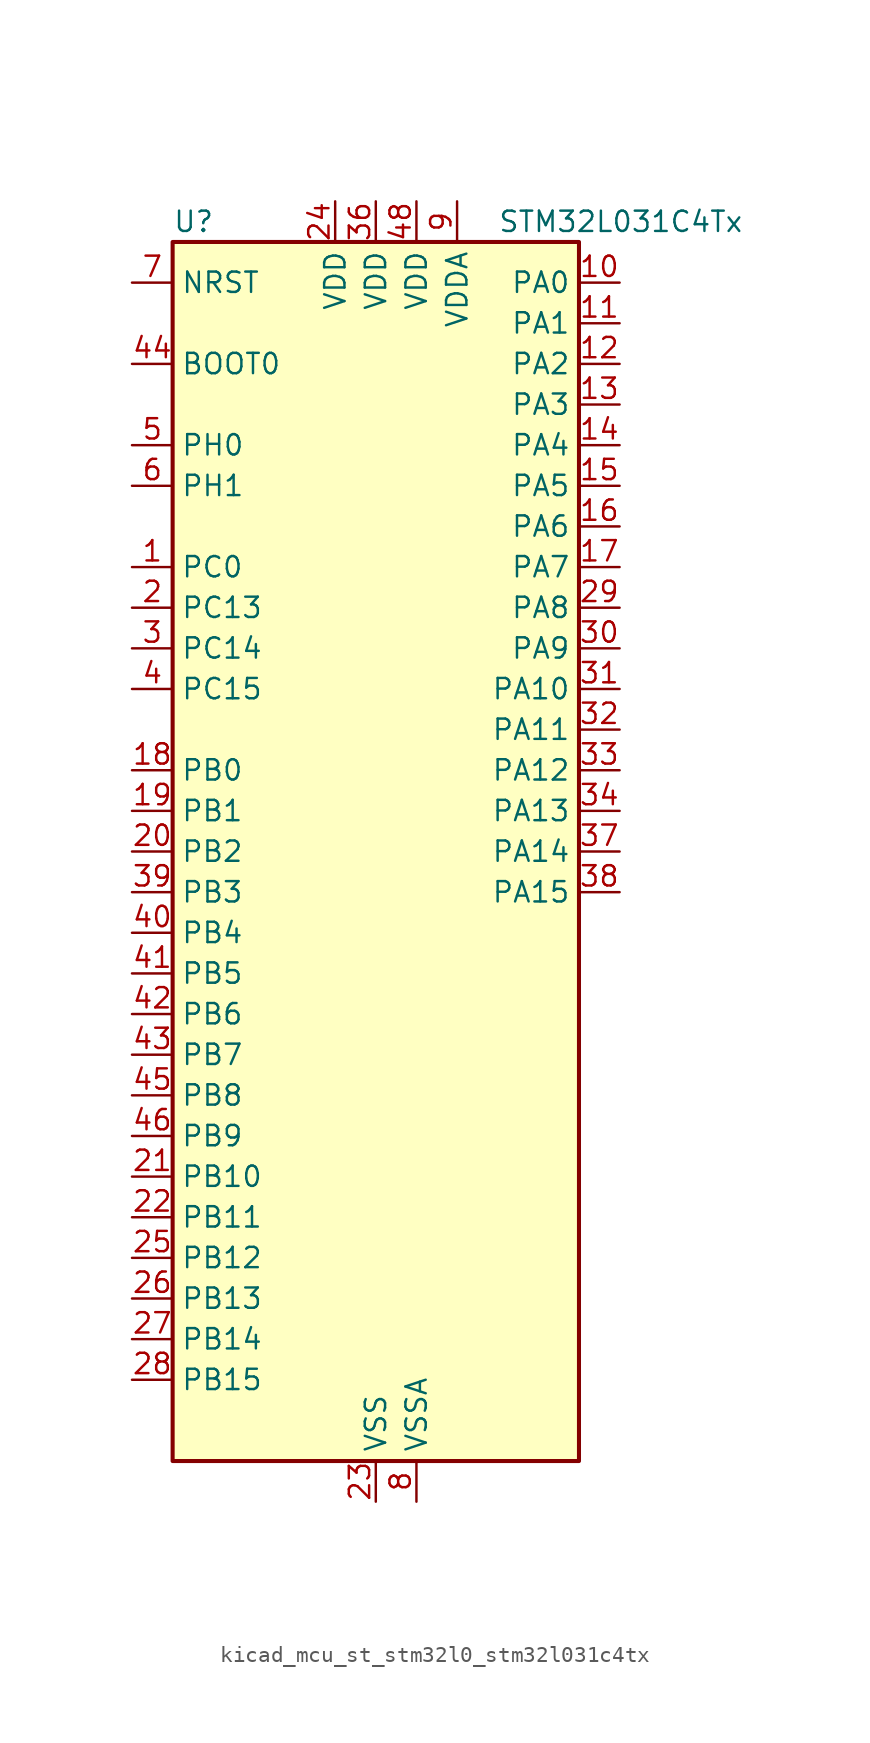
<source format=kicad_sym>
(kicad_symbol_lib
  (version 20220914)
  (generator kicad_symbol_editor)
  (symbol "kicad_mcu_st_stm32l0_stm32l031c4tx"
    (property "Reference" "U"
      (at -12.7 39.37 0)
      (effects (font (size 1.27 1.27)) (justify left)))
    (property "Value" "STM32L031C4Tx"
      (at 7.62 39.37 0)
      (effects (font (size 1.27 1.27)) (justify left)))
    (property "ki_locked" ""
      (at 0 0 0)
      (effects (font (size 1.27 1.27))))
    (symbol "kicad_mcu_st_stm32l0_stm32l031c4tx_0_1"
      (rectangle (start -12.7 -38.1) (end 12.7 38.1) (stroke (width 0.254) (type default)) (fill (type background))))
    (symbol "kicad_mcu_st_stm32l0_stm32l031c4tx_1_1"
      (pin bidirectional line (at -15.24 17.78 0) (length 2.54) (name "PC0" (effects (font (size 1.27 1.27)))) (number "1" (effects (font (size 1.27 1.27)))) (alternate "LPTIM1_IN1" bidirectional line) (alternate "LPUART1_RX" bidirectional line))
      (pin bidirectional line (at 15.24 35.56 180) (length 2.54) (name "PA0" (effects (font (size 1.27 1.27)))) (number "10" (effects (font (size 1.27 1.27)))) (alternate "ADC_IN0" bidirectional line) (alternate "COMP1_INM" bidirectional line) (alternate "COMP1_OUT" bidirectional line) (alternate "LPTIM1_IN1" bidirectional line) (alternate "RTC_TAMP2" bidirectional line) (alternate "SYS_WKUP1" bidirectional line) (alternate "TIM2_CH1" bidirectional line) (alternate "TIM2_ETR" bidirectional line) (alternate "USART2_CTS" bidirectional line))
      (pin bidirectional line (at 15.24 33.02 180) (length 2.54) (name "PA1" (effects (font (size 1.27 1.27)))) (number "11" (effects (font (size 1.27 1.27)))) (alternate "ADC_IN1" bidirectional line) (alternate "COMP1_INP" bidirectional line) (alternate "I2C1_SMBA" bidirectional line) (alternate "LPTIM1_IN2" bidirectional line) (alternate "TIM21_ETR" bidirectional line) (alternate "TIM2_CH2" bidirectional line) (alternate "USART2_DE" bidirectional line) (alternate "USART2_RTS" bidirectional line))
      (pin bidirectional line (at 15.24 30.48 180) (length 2.54) (name "PA2" (effects (font (size 1.27 1.27)))) (number "12" (effects (font (size 1.27 1.27)))) (alternate "ADC_IN2" bidirectional line) (alternate "COMP2_INM" bidirectional line) (alternate "COMP2_OUT" bidirectional line) (alternate "LPUART1_TX" bidirectional line) (alternate "RTC_OUT_ALARM" bidirectional line) (alternate "RTC_OUT_CALIB" bidirectional line) (alternate "RTC_TAMP3" bidirectional line) (alternate "RTC_TS" bidirectional line) (alternate "SYS_WKUP3" bidirectional line) (alternate "TIM21_CH1" bidirectional line) (alternate "TIM2_CH3" bidirectional line) (alternate "USART2_TX" bidirectional line))
      (pin bidirectional line (at 15.24 27.94 180) (length 2.54) (name "PA3" (effects (font (size 1.27 1.27)))) (number "13" (effects (font (size 1.27 1.27)))) (alternate "ADC_IN3" bidirectional line) (alternate "COMP2_INP" bidirectional line) (alternate "LPUART1_RX" bidirectional line) (alternate "TIM21_CH2" bidirectional line) (alternate "TIM2_CH4" bidirectional line) (alternate "USART2_RX" bidirectional line))
      (pin bidirectional line (at 15.24 25.4 180) (length 2.54) (name "PA4" (effects (font (size 1.27 1.27)))) (number "14" (effects (font (size 1.27 1.27)))) (alternate "ADC_IN4" bidirectional line) (alternate "COMP1_INM" bidirectional line) (alternate "COMP2_INM" bidirectional line) (alternate "LPTIM1_IN1" bidirectional line) (alternate "SPI1_NSS" bidirectional line) (alternate "TIM22_ETR" bidirectional line) (alternate "USART2_CK" bidirectional line))
      (pin bidirectional line (at 15.24 22.86 180) (length 2.54) (name "PA5" (effects (font (size 1.27 1.27)))) (number "15" (effects (font (size 1.27 1.27)))) (alternate "ADC_IN5" bidirectional line) (alternate "COMP1_INM" bidirectional line) (alternate "COMP2_INM" bidirectional line) (alternate "LPTIM1_IN2" bidirectional line) (alternate "SPI1_SCK" bidirectional line) (alternate "TIM2_CH1" bidirectional line) (alternate "TIM2_ETR" bidirectional line))
      (pin bidirectional line (at 15.24 20.32 180) (length 2.54) (name "PA6" (effects (font (size 1.27 1.27)))) (number "16" (effects (font (size 1.27 1.27)))) (alternate "ADC_IN6" bidirectional line) (alternate "COMP1_OUT" bidirectional line) (alternate "LPTIM1_ETR" bidirectional line) (alternate "LPUART1_CTS" bidirectional line) (alternate "SPI1_MISO" bidirectional line) (alternate "TIM22_CH1" bidirectional line))
      (pin bidirectional line (at 15.24 17.78 180) (length 2.54) (name "PA7" (effects (font (size 1.27 1.27)))) (number "17" (effects (font (size 1.27 1.27)))) (alternate "ADC_IN7" bidirectional line) (alternate "COMP2_OUT" bidirectional line) (alternate "LPTIM1_OUT" bidirectional line) (alternate "SPI1_MOSI" bidirectional line) (alternate "TIM22_CH2" bidirectional line) (alternate "USART2_CTS" bidirectional line))
      (pin bidirectional line (at -15.24 5.08 0) (length 2.54) (name "PB0" (effects (font (size 1.27 1.27)))) (number "18" (effects (font (size 1.27 1.27)))) (alternate "ADC_IN8" bidirectional line) (alternate "SPI1_MISO" bidirectional line) (alternate "SYS_VREF_OUT_PB0" bidirectional line) (alternate "TIM2_CH3" bidirectional line) (alternate "USART2_DE" bidirectional line) (alternate "USART2_RTS" bidirectional line))
      (pin bidirectional line (at -15.24 2.54 0) (length 2.54) (name "PB1" (effects (font (size 1.27 1.27)))) (number "19" (effects (font (size 1.27 1.27)))) (alternate "ADC_IN9" bidirectional line) (alternate "LPUART1_DE" bidirectional line) (alternate "LPUART1_RTS" bidirectional line) (alternate "SPI1_MOSI" bidirectional line) (alternate "SYS_VREF_OUT_PB1" bidirectional line) (alternate "TIM2_CH4" bidirectional line) (alternate "USART2_CK" bidirectional line))
      (pin bidirectional line (at -15.24 15.24 0) (length 2.54) (name "PC13" (effects (font (size 1.27 1.27)))) (number "2" (effects (font (size 1.27 1.27)))) (alternate "RTC_TAMP1" bidirectional line) (alternate "SYS_WKUP2" bidirectional line))
      (pin bidirectional line (at -15.24 0 0) (length 2.54) (name "PB2" (effects (font (size 1.27 1.27)))) (number "20" (effects (font (size 1.27 1.27)))) (alternate "LPTIM1_OUT" bidirectional line))
      (pin bidirectional line (at -15.24 -20.32 0) (length 2.54) (name "PB10" (effects (font (size 1.27 1.27)))) (number "21" (effects (font (size 1.27 1.27)))) (alternate "LPUART1_TX" bidirectional line) (alternate "TIM2_CH3" bidirectional line))
      (pin bidirectional line (at -15.24 -22.86 0) (length 2.54) (name "PB11" (effects (font (size 1.27 1.27)))) (number "22" (effects (font (size 1.27 1.27)))) (alternate "ADC_EXTI11" bidirectional line) (alternate "LPUART1_RX" bidirectional line) (alternate "TIM2_CH4" bidirectional line))
      (pin power_in line (at 0 -40.64 90) (length 2.54) (name "VSS" (effects (font (size 1.27 1.27)))) (number "23" (effects (font (size 1.27 1.27)))))
      (pin power_in line (at -2.54 40.64 270) (length 2.54) (name "VDD" (effects (font (size 1.27 1.27)))) (number "24" (effects (font (size 1.27 1.27)))))
      (pin bidirectional line (at -15.24 -25.4 0) (length 2.54) (name "PB12" (effects (font (size 1.27 1.27)))) (number "25" (effects (font (size 1.27 1.27)))) (alternate "SPI1_NSS" bidirectional line))
      (pin bidirectional line (at -15.24 -27.94 0) (length 2.54) (name "PB13" (effects (font (size 1.27 1.27)))) (number "26" (effects (font (size 1.27 1.27)))) (alternate "LPUART1_CTS" bidirectional line) (alternate "RCC_MCO" bidirectional line) (alternate "SPI1_SCK" bidirectional line) (alternate "TIM21_CH1" bidirectional line))
      (pin bidirectional line (at -15.24 -30.48 0) (length 2.54) (name "PB14" (effects (font (size 1.27 1.27)))) (number "27" (effects (font (size 1.27 1.27)))) (alternate "LPUART1_DE" bidirectional line) (alternate "LPUART1_RTS" bidirectional line) (alternate "RTC_OUT_ALARM" bidirectional line) (alternate "RTC_OUT_CALIB" bidirectional line) (alternate "SPI1_MISO" bidirectional line) (alternate "TIM21_CH2" bidirectional line))
      (pin bidirectional line (at -15.24 -33.02 0) (length 2.54) (name "PB15" (effects (font (size 1.27 1.27)))) (number "28" (effects (font (size 1.27 1.27)))) (alternate "RTC_REFIN" bidirectional line) (alternate "SPI1_MOSI" bidirectional line))
      (pin bidirectional line (at 15.24 15.24 180) (length 2.54) (name "PA8" (effects (font (size 1.27 1.27)))) (number "29" (effects (font (size 1.27 1.27)))) (alternate "LPTIM1_IN1" bidirectional line) (alternate "RCC_MCO" bidirectional line) (alternate "TIM2_CH1" bidirectional line) (alternate "USART2_CK" bidirectional line))
      (pin bidirectional line (at -15.24 12.7 0) (length 2.54) (name "PC14" (effects (font (size 1.27 1.27)))) (number "3" (effects (font (size 1.27 1.27)))) (alternate "RCC_OSC32_IN" bidirectional line))
      (pin bidirectional line (at 15.24 12.7 180) (length 2.54) (name "PA9" (effects (font (size 1.27 1.27)))) (number "30" (effects (font (size 1.27 1.27)))) (alternate "I2C1_SCL" bidirectional line) (alternate "RCC_MCO" bidirectional line) (alternate "TIM22_CH1" bidirectional line) (alternate "USART2_TX" bidirectional line))
      (pin bidirectional line (at 15.24 10.16 180) (length 2.54) (name "PA10" (effects (font (size 1.27 1.27)))) (number "31" (effects (font (size 1.27 1.27)))) (alternate "I2C1_SDA" bidirectional line) (alternate "TIM22_CH2" bidirectional line) (alternate "USART2_RX" bidirectional line))
      (pin bidirectional line (at 15.24 7.62 180) (length 2.54) (name "PA11" (effects (font (size 1.27 1.27)))) (number "32" (effects (font (size 1.27 1.27)))) (alternate "ADC_EXTI11" bidirectional line) (alternate "COMP1_OUT" bidirectional line) (alternate "SPI1_MISO" bidirectional line) (alternate "TIM21_CH2" bidirectional line) (alternate "USART2_CTS" bidirectional line))
      (pin bidirectional line (at 15.24 5.08 180) (length 2.54) (name "PA12" (effects (font (size 1.27 1.27)))) (number "33" (effects (font (size 1.27 1.27)))) (alternate "COMP2_OUT" bidirectional line) (alternate "SPI1_MOSI" bidirectional line) (alternate "USART2_DE" bidirectional line) (alternate "USART2_RTS" bidirectional line))
      (pin bidirectional line (at 15.24 2.54 180) (length 2.54) (name "PA13" (effects (font (size 1.27 1.27)))) (number "34" (effects (font (size 1.27 1.27)))) (alternate "LPTIM1_ETR" bidirectional line) (alternate "LPUART1_RX" bidirectional line) (alternate "SYS_SWDIO" bidirectional line))
      (pin passive line (at 0 -40.64 90) (length 2.54) hide (name "VSS" (effects (font (size 1.27 1.27)))) (number "35" (effects (font (size 1.27 1.27)))))
      (pin power_in line (at 0 40.64 270) (length 2.54) (name "VDD" (effects (font (size 1.27 1.27)))) (number "36" (effects (font (size 1.27 1.27)))))
      (pin bidirectional line (at 15.24 0 180) (length 2.54) (name "PA14" (effects (font (size 1.27 1.27)))) (number "37" (effects (font (size 1.27 1.27)))) (alternate "I2C1_SMBA" bidirectional line) (alternate "LPTIM1_OUT" bidirectional line) (alternate "LPUART1_TX" bidirectional line) (alternate "SYS_SWCLK" bidirectional line) (alternate "USART2_TX" bidirectional line))
      (pin bidirectional line (at 15.24 -2.54 180) (length 2.54) (name "PA15" (effects (font (size 1.27 1.27)))) (number "38" (effects (font (size 1.27 1.27)))) (alternate "SPI1_NSS" bidirectional line) (alternate "TIM2_CH1" bidirectional line) (alternate "TIM2_ETR" bidirectional line) (alternate "USART2_RX" bidirectional line))
      (pin bidirectional line (at -15.24 -2.54 0) (length 2.54) (name "PB3" (effects (font (size 1.27 1.27)))) (number "39" (effects (font (size 1.27 1.27)))) (alternate "COMP2_INM" bidirectional line) (alternate "SPI1_SCK" bidirectional line) (alternate "TIM2_CH2" bidirectional line))
      (pin bidirectional line (at -15.24 10.16 0) (length 2.54) (name "PC15" (effects (font (size 1.27 1.27)))) (number "4" (effects (font (size 1.27 1.27)))) (alternate "RCC_OSC32_OUT" bidirectional line))
      (pin bidirectional line (at -15.24 -5.08 0) (length 2.54) (name "PB4" (effects (font (size 1.27 1.27)))) (number "40" (effects (font (size 1.27 1.27)))) (alternate "COMP2_INP" bidirectional line) (alternate "SPI1_MISO" bidirectional line) (alternate "TIM22_CH1" bidirectional line))
      (pin bidirectional line (at -15.24 -7.62 0) (length 2.54) (name "PB5" (effects (font (size 1.27 1.27)))) (number "41" (effects (font (size 1.27 1.27)))) (alternate "COMP2_INP" bidirectional line) (alternate "I2C1_SMBA" bidirectional line) (alternate "LPTIM1_IN1" bidirectional line) (alternate "SPI1_MOSI" bidirectional line) (alternate "TIM22_CH2" bidirectional line))
      (pin bidirectional line (at -15.24 -10.16 0) (length 2.54) (name "PB6" (effects (font (size 1.27 1.27)))) (number "42" (effects (font (size 1.27 1.27)))) (alternate "COMP2_INP" bidirectional line) (alternate "I2C1_SCL" bidirectional line) (alternate "LPTIM1_ETR" bidirectional line) (alternate "TIM21_CH1" bidirectional line) (alternate "USART2_TX" bidirectional line))
      (pin bidirectional line (at -15.24 -12.7 0) (length 2.54) (name "PB7" (effects (font (size 1.27 1.27)))) (number "43" (effects (font (size 1.27 1.27)))) (alternate "COMP2_INP" bidirectional line) (alternate "I2C1_SDA" bidirectional line) (alternate "LPTIM1_IN2" bidirectional line) (alternate "SYS_PVD_IN" bidirectional line) (alternate "USART2_RX" bidirectional line))
      (pin input line (at -15.24 30.48 0) (length 2.54) (name "BOOT0" (effects (font (size 1.27 1.27)))) (number "44" (effects (font (size 1.27 1.27)))))
      (pin bidirectional line (at -15.24 -15.24 0) (length 2.54) (name "PB8" (effects (font (size 1.27 1.27)))) (number "45" (effects (font (size 1.27 1.27)))) (alternate "I2C1_SCL" bidirectional line))
      (pin bidirectional line (at -15.24 -17.78 0) (length 2.54) (name "PB9" (effects (font (size 1.27 1.27)))) (number "46" (effects (font (size 1.27 1.27)))) (alternate "I2C1_SDA" bidirectional line))
      (pin passive line (at 0 -40.64 90) (length 2.54) hide (name "VSS" (effects (font (size 1.27 1.27)))) (number "47" (effects (font (size 1.27 1.27)))))
      (pin power_in line (at 2.54 40.64 270) (length 2.54) (name "VDD" (effects (font (size 1.27 1.27)))) (number "48" (effects (font (size 1.27 1.27)))))
      (pin bidirectional line (at -15.24 25.4 0) (length 2.54) (name "PH0" (effects (font (size 1.27 1.27)))) (number "5" (effects (font (size 1.27 1.27)))) (alternate "RCC_OSC_IN" bidirectional line))
      (pin bidirectional line (at -15.24 22.86 0) (length 2.54) (name "PH1" (effects (font (size 1.27 1.27)))) (number "6" (effects (font (size 1.27 1.27)))) (alternate "RCC_OSC_OUT" bidirectional line))
      (pin input line (at -15.24 35.56 0) (length 2.54) (name "NRST" (effects (font (size 1.27 1.27)))) (number "7" (effects (font (size 1.27 1.27)))))
      (pin power_in line (at 2.54 -40.64 90) (length 2.54) (name "VSSA" (effects (font (size 1.27 1.27)))) (number "8" (effects (font (size 1.27 1.27)))))
      (pin power_in line (at 5.08 40.64 270) (length 2.54) (name "VDDA" (effects (font (size 1.27 1.27)))) (number "9" (effects (font (size 1.27 1.27))))))))
</source>
